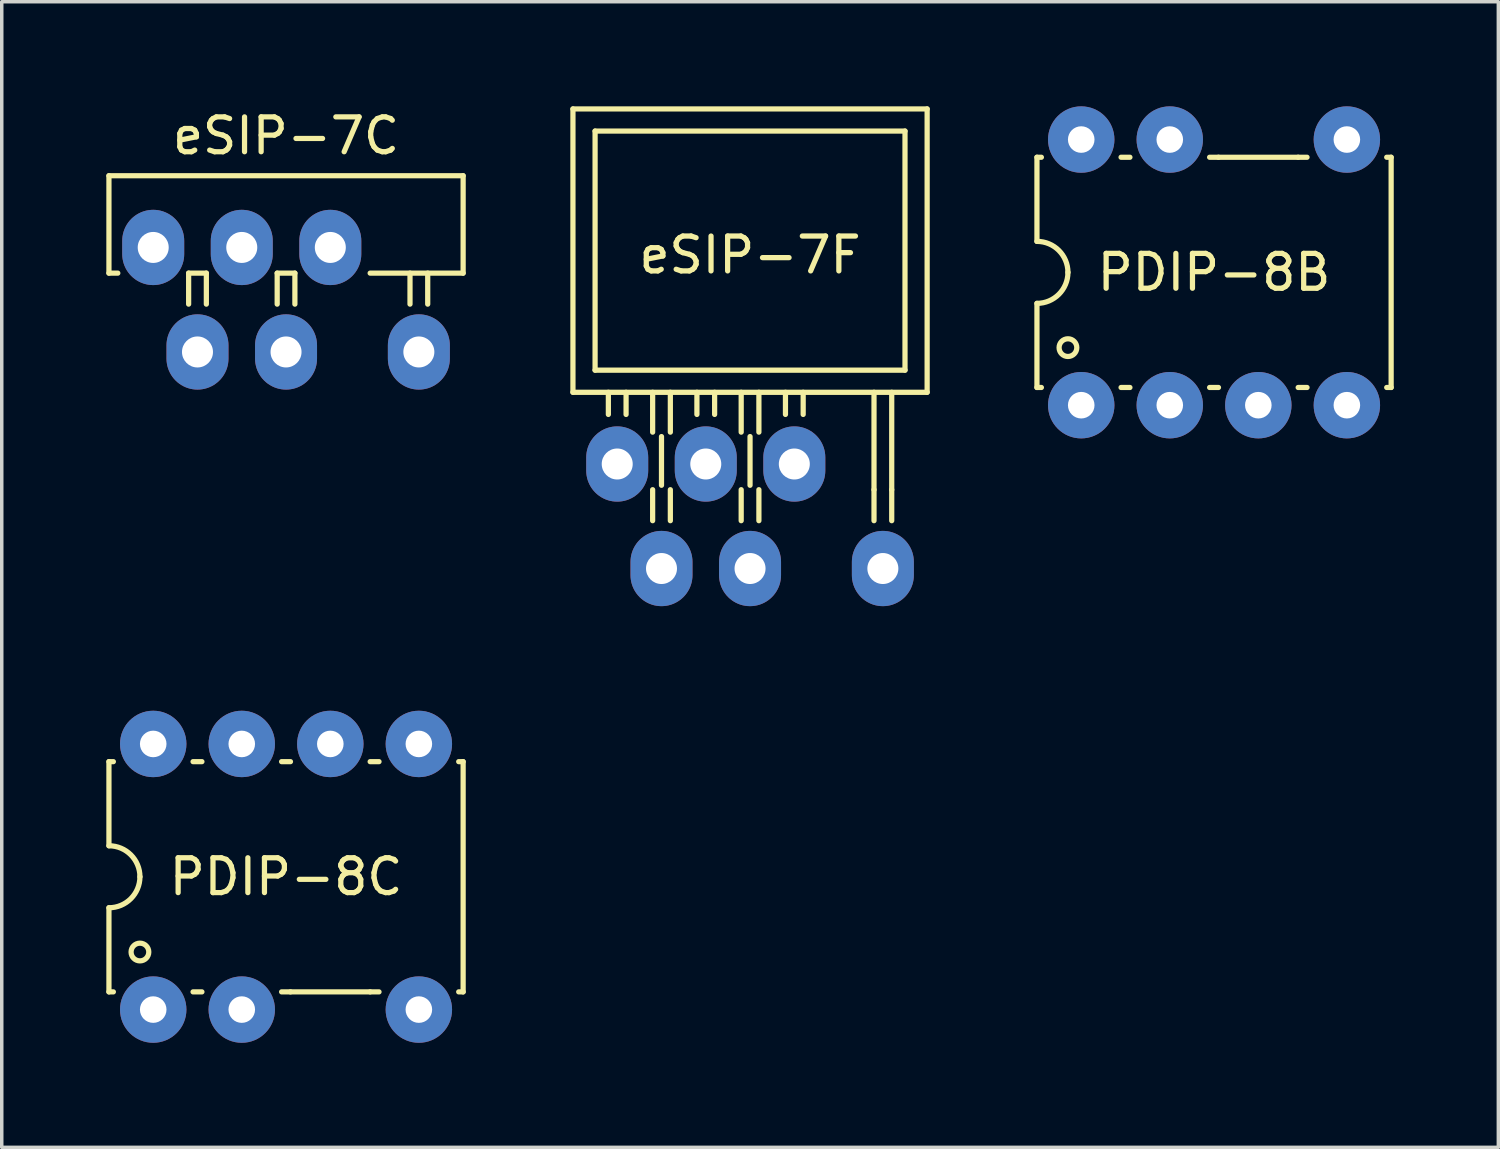
<source format=kicad_pcb>
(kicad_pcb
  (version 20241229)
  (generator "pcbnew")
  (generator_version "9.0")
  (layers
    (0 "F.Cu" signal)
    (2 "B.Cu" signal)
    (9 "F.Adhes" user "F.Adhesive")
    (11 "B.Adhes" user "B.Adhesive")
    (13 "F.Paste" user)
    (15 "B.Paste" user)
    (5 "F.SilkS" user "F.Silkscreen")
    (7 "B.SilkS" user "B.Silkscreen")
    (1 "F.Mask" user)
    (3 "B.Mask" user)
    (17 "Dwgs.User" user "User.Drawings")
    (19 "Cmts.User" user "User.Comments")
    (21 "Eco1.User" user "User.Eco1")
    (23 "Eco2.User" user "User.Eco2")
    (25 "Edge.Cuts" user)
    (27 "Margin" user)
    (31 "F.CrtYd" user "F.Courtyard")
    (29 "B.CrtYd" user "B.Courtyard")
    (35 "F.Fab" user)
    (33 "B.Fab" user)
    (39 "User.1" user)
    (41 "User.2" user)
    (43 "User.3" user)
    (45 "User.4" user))
  (footprint "PDIP-8C"
    (layer "F.Cu")
    (at 5.155 22.1)
    (property "Reference" "PDIP-8C" (at 0 0 0) (layer "F.SilkS") (effects (font (size 1 1) (thickness 0.15))))
    (attr through_hole)
    (fp_line (start -5.08 -3.302) (end -4.953 -3.302) (stroke (width 0.15) (type solid)) (layer "F.SilkS"))
    (fp_line (start -5.08 -0.889) (end -5.08 -3.302) (stroke (width 0.15) (type solid)) (layer "F.SilkS"))
    (fp_line (start -5.08 0.889) (end -5.08 3.302) (stroke (width 0.15) (type solid)) (layer "F.SilkS"))
    (fp_line (start -5.08 3.302) (end -4.953 3.302) (stroke (width 0.15) (type solid)) (layer "F.SilkS"))
    (fp_line (start -2.667 -3.302) (end -2.413 -3.302) (stroke (width 0.15) (type solid)) (layer "F.SilkS"))
    (fp_line (start -2.667 3.302) (end -2.413 3.302) (stroke (width 0.15) (type solid)) (layer "F.SilkS"))
    (fp_line (start -0.127 -3.302) (end 0.127 -3.302) (stroke (width 0.15) (type solid)) (layer "F.SilkS"))
    (fp_line (start -0.127 3.302) (end 0.127 3.302) (stroke (width 0.15) (type solid)) (layer "F.SilkS"))
    (fp_line (start 0.127 3.302) (end 2.413 3.302) (stroke (width 0.15) (type solid)) (layer "F.SilkS"))
    (fp_line (start 2.413 -3.302) (end 2.667 -3.302) (stroke (width 0.15) (type solid)) (layer "F.SilkS"))
    (fp_line (start 2.413 3.302) (end 2.667 3.302) (stroke (width 0.15) (type solid)) (layer "F.SilkS"))
    (fp_line (start 5.08 -3.302) (end 4.953 -3.302) (stroke (width 0.15) (type solid)) (layer "F.SilkS"))
    (fp_line (start 5.08 3.302) (end 4.953 3.302) (stroke (width 0.15) (type solid)) (layer "F.SilkS"))
    (fp_line (start 5.08 3.302) (end 5.08 -3.302) (stroke (width 0.15) (type solid)) (layer "F.SilkS"))
    (fp_arc (start -5.08 -0.889) (mid -4.451382 -0.628618) (end -4.191 0) (stroke (width 0.15) (type solid)) (layer "F.SilkS"))
    (fp_arc (start -4.191 0) (mid -4.451382 0.628618) (end -5.08 0.889) (stroke (width 0.15) (type solid)) (layer "F.SilkS"))
    (fp_circle (center -4.191 2.159) (end -3.937 2.159) (stroke (width 0.15) (type solid)) (fill no) (layer "F.SilkS"))
    (pad "1" thru_hole circle (at -3.81 3.81) (size 1.905 1.905) (drill 0.762) (layers "*.Cu" "*.Mask"))
    (pad "2" thru_hole circle (at -1.27 3.81) (size 1.905 1.905) (drill 0.762) (layers "*.Cu" "*.Mask"))
    (pad "4" thru_hole circle (at 3.81 3.81) (size 1.905 1.905) (drill 0.762) (layers "*.Cu" "*.Mask"))
    (pad "5" thru_hole circle (at 3.81 -3.81) (size 1.905 1.905) (drill 0.762) (layers "*.Cu" "*.Mask"))
    (pad "6" thru_hole circle (at 1.27 -3.81) (size 1.905 1.905) (drill 0.762) (layers "*.Cu" "*.Mask"))
    (pad "7" thru_hole circle (at -1.27 -3.81) (size 1.905 1.905) (drill 0.762) (layers "*.Cu" "*.Mask"))
    (pad "8" thru_hole circle (at -3.81 -3.81) (size 1.905 1.905) (drill 0.762) (layers "*.Cu" "*.Mask")))
  (footprint "eSIP-7C"
    (layer "F.Cu")
    (at 5.155 5.547)
    (property "Reference" "eSIP-7C" (at 0 -4.699 0) (layer "F.SilkS") (effects (font (size 1 1) (thickness 0.15))))
    (attr through_hole)
    (fp_line (start -5.08 -3.556) (end 5.08 -3.556) (stroke (width 0.15) (type solid)) (layer "F.SilkS"))
    (fp_line (start -5.08 -0.762) (end -5.08 -3.556) (stroke (width 0.15) (type solid)) (layer "F.SilkS"))
    (fp_line (start -4.826 -0.762) (end -5.08 -0.762) (stroke (width 0.15) (type solid)) (layer "F.SilkS"))
    (fp_line (start -2.794 0.127) (end -2.794 -0.762) (stroke (width 0.15) (type solid)) (layer "F.SilkS"))
    (fp_line (start -2.286 -0.762) (end -2.794 -0.762) (stroke (width 0.15) (type solid)) (layer "F.SilkS"))
    (fp_line (start -2.286 -0.762) (end -2.286 0.127) (stroke (width 0.15) (type solid)) (layer "F.SilkS"))
    (fp_line (start -0.254 -0.762) (end -0.254 0.127) (stroke (width 0.15) (type solid)) (layer "F.SilkS"))
    (fp_line (start 0.254 -0.762) (end -0.254 -0.762) (stroke (width 0.15) (type solid)) (layer "F.SilkS"))
    (fp_line (start 0.254 -0.762) (end 0.254 0.127) (stroke (width 0.15) (type solid)) (layer "F.SilkS"))
    (fp_line (start 3.556 0.127) (end 3.556 -0.762) (stroke (width 0.15) (type solid)) (layer "F.SilkS"))
    (fp_line (start 4.064 0.127) (end 4.064 -0.762) (stroke (width 0.15) (type solid)) (layer "F.SilkS"))
    (fp_line (start 5.08 -0.762) (end 2.413 -0.762) (stroke (width 0.15) (type solid)) (layer "F.SilkS"))
    (fp_line (start 5.08 -0.762) (end 5.08 -3.556) (stroke (width 0.15) (type solid)) (layer "F.SilkS"))
    (pad "1" thru_hole oval (at -3.81 -1.499) (size 1.778 2.159) (drill 0.889) (layers "*.Cu" "*.Mask"))
    (pad "2" thru_hole oval (at -2.54 1.499) (size 1.778 2.159) (drill 0.889) (layers "*.Cu" "*.Mask"))
    (pad "3" thru_hole oval (at -1.27 -1.499) (size 1.778 2.159) (drill 0.889) (layers "*.Cu" "*.Mask"))
    (pad "4" thru_hole oval (at 0 1.499) (size 1.778 2.159) (drill 0.889) (layers "*.Cu" "*.Mask"))
    (pad "5" thru_hole oval (at 1.27 -1.499) (size 1.778 2.159) (drill 0.889) (layers "*.Cu" "*.Mask"))
    (pad "7" thru_hole oval (at 3.81 1.499) (size 1.778 2.159) (drill 0.889) (layers "*.Cu" "*.Mask")))
  (footprint "PDIP-8B"
    (layer "F.Cu")
    (at 31.775 4.763)
    (property "Reference" "PDIP-8B" (at 0 0 0) (layer "F.SilkS") (effects (font (size 1 1) (thickness 0.15))))
    (attr through_hole)
    (fp_line (start -5.08 -3.302) (end -4.953 -3.302) (stroke (width 0.15) (type solid)) (layer "F.SilkS"))
    (fp_line (start -5.08 -0.889) (end -5.08 -3.302) (stroke (width 0.15) (type solid)) (layer "F.SilkS"))
    (fp_line (start -5.08 0.889) (end -5.08 3.302) (stroke (width 0.15) (type solid)) (layer "F.SilkS"))
    (fp_line (start -5.08 3.302) (end -4.953 3.302) (stroke (width 0.15) (type solid)) (layer "F.SilkS"))
    (fp_line (start -2.667 -3.302) (end -2.413 -3.302) (stroke (width 0.15) (type solid)) (layer "F.SilkS"))
    (fp_line (start -2.667 3.302) (end -2.413 3.302) (stroke (width 0.15) (type solid)) (layer "F.SilkS"))
    (fp_line (start -0.127 -3.302) (end 0.127 -3.302) (stroke (width 0.15) (type solid)) (layer "F.SilkS"))
    (fp_line (start -0.127 3.302) (end 0.127 3.302) (stroke (width 0.15) (type solid)) (layer "F.SilkS"))
    (fp_line (start 2.413 -3.302) (end 0.127 -3.302) (stroke (width 0.15) (type solid)) (layer "F.SilkS"))
    (fp_line (start 2.413 -3.302) (end 2.667 -3.302) (stroke (width 0.15) (type solid)) (layer "F.SilkS"))
    (fp_line (start 2.413 3.302) (end 2.667 3.302) (stroke (width 0.15) (type solid)) (layer "F.SilkS"))
    (fp_line (start 5.08 -3.302) (end 4.953 -3.302) (stroke (width 0.15) (type solid)) (layer "F.SilkS"))
    (fp_line (start 5.08 3.302) (end 4.953 3.302) (stroke (width 0.15) (type solid)) (layer "F.SilkS"))
    (fp_line (start 5.08 3.302) (end 5.08 -3.302) (stroke (width 0.15) (type solid)) (layer "F.SilkS"))
    (fp_arc (start -5.08 -0.889) (mid -4.451382 -0.628618) (end -4.191 0) (stroke (width 0.15) (type solid)) (layer "F.SilkS"))
    (fp_arc (start -4.191 0) (mid -4.451382 0.628618) (end -5.08 0.889) (stroke (width 0.15) (type solid)) (layer "F.SilkS"))
    (fp_circle (center -4.191 2.159) (end -3.937 2.159) (stroke (width 0.15) (type solid)) (fill no) (layer "F.SilkS"))
    (pad "1" thru_hole circle (at -3.81 3.81) (size 1.905 1.905) (drill 0.762) (layers "*.Cu" "*.Mask"))
    (pad "2" thru_hole circle (at -1.27 3.81) (size 1.905 1.905) (drill 0.762) (layers "*.Cu" "*.Mask"))
    (pad "3" thru_hole circle (at 1.27 3.81) (size 1.905 1.905) (drill 0.762) (layers "*.Cu" "*.Mask"))
    (pad "4" thru_hole circle (at 3.81 3.81) (size 1.905 1.905) (drill 0.762) (layers "*.Cu" "*.Mask"))
    (pad "5" thru_hole circle (at 3.81 -3.81) (size 1.905 1.905) (drill 0.762) (layers "*.Cu" "*.Mask"))
    (pad "7" thru_hole circle (at -1.27 -3.81) (size 1.905 1.905) (drill 0.762) (layers "*.Cu" "*.Mask"))
    (pad "8" thru_hole circle (at -3.81 -3.81) (size 1.905 1.905) (drill 0.762) (layers "*.Cu" "*.Mask")))
  (footprint "eSIP-7F"
    (layer "F.Cu")
    (at 18.465 11.759)
    (property "Reference" "eSIP-7F" (at 0 -7.493 0) (layer "F.SilkS") (effects (font (size 1 1) (thickness 0.15))))
    (attr through_hole)
    (fp_line (start -5.08 -11.684) (end -5.08 -3.556) (stroke (width 0.15) (type solid)) (layer "F.SilkS"))
    (fp_line (start -5.08 -3.556) (end 5.08 -3.556) (stroke (width 0.15) (type solid)) (layer "F.SilkS"))
    (fp_line (start -4.445 -11.049) (end -4.445 -4.191) (stroke (width 0.15) (type solid)) (layer "F.SilkS"))
    (fp_line (start -4.445 -4.191) (end 4.445 -4.191) (stroke (width 0.15) (type solid)) (layer "F.SilkS"))
    (fp_line (start -4.064 -2.921) (end -4.064 -3.556) (stroke (width 0.15) (type solid)) (layer "F.SilkS"))
    (fp_line (start -3.556 -2.921) (end -3.556 -3.556) (stroke (width 0.15) (type solid)) (layer "F.SilkS"))
    (fp_line (start -2.794 -2.413) (end -2.794 -3.556) (stroke (width 0.15) (type solid)) (layer "F.SilkS"))
    (fp_line (start -2.794 0.127) (end -2.794 -0.762) (stroke (width 0.15) (type solid)) (layer "F.SilkS"))
    (fp_line (start -2.54 -0.889) (end -2.54 -2.286) (stroke (width 0.15) (type solid)) (layer "F.SilkS"))
    (fp_line (start -2.286 -2.413) (end -2.286 -3.556) (stroke (width 0.15) (type solid)) (layer "F.SilkS"))
    (fp_line (start -2.286 -0.762) (end -2.286 0.127) (stroke (width 0.15) (type solid)) (layer "F.SilkS"))
    (fp_line (start -1.524 -2.921) (end -1.524 -3.556) (stroke (width 0.15) (type solid)) (layer "F.SilkS"))
    (fp_line (start -1.016 -2.921) (end -1.016 -3.556) (stroke (width 0.15) (type solid)) (layer "F.SilkS"))
    (fp_line (start -0.254 -2.413) (end -0.254 -3.556) (stroke (width 0.15) (type solid)) (layer "F.SilkS"))
    (fp_line (start -0.254 -0.762) (end -0.254 0.127) (stroke (width 0.15) (type solid)) (layer "F.SilkS"))
    (fp_line (start 0 -0.889) (end 0 -2.286) (stroke (width 0.15) (type solid)) (layer "F.SilkS"))
    (fp_line (start 0.254 -2.413) (end 0.254 -3.556) (stroke (width 0.15) (type solid)) (layer "F.SilkS"))
    (fp_line (start 0.254 -0.762) (end 0.254 0.127) (stroke (width 0.15) (type solid)) (layer "F.SilkS"))
    (fp_line (start 1.016 -2.921) (end 1.016 -3.556) (stroke (width 0.15) (type solid)) (layer "F.SilkS"))
    (fp_line (start 1.524 -2.921) (end 1.524 -3.556) (stroke (width 0.15) (type solid)) (layer "F.SilkS"))
    (fp_line (start 3.556 -0.762) (end 3.556 -3.556) (stroke (width 0.15) (type solid)) (layer "F.SilkS"))
    (fp_line (start 3.556 0.127) (end 3.556 -0.762) (stroke (width 0.15) (type solid)) (layer "F.SilkS"))
    (fp_line (start 4.064 -0.762) (end 4.064 -3.556) (stroke (width 0.15) (type solid)) (layer "F.SilkS"))
    (fp_line (start 4.064 0.127) (end 4.064 -0.762) (stroke (width 0.15) (type solid)) (layer "F.SilkS"))
    (fp_line (start 4.445 -11.049) (end -4.445 -11.049) (stroke (width 0.15) (type solid)) (layer "F.SilkS"))
    (fp_line (start 4.445 -4.191) (end 4.445 -11.049) (stroke (width 0.15) (type solid)) (layer "F.SilkS"))
    (fp_line (start 5.08 -11.684) (end -5.08 -11.684) (stroke (width 0.15) (type solid)) (layer "F.SilkS"))
    (fp_line (start 5.08 -3.556) (end 5.08 -11.684) (stroke (width 0.15) (type solid)) (layer "F.SilkS"))
    (pad "1" thru_hole oval (at -3.81 -1.499) (size 1.778 2.159) (drill 0.889) (layers "*.Cu" "*.Mask"))
    (pad "2" thru_hole oval (at -2.54 1.499) (size 1.778 2.159) (drill 0.889) (layers "*.Cu" "*.Mask"))
    (pad "3" thru_hole oval (at -1.27 -1.499) (size 1.778 2.159) (drill 0.889) (layers "*.Cu" "*.Mask"))
    (pad "4" thru_hole oval (at 0 1.499) (size 1.778 2.159) (drill 0.889) (layers "*.Cu" "*.Mask"))
    (pad "5" thru_hole oval (at 1.27 -1.499) (size 1.778 2.159) (drill 0.889) (layers "*.Cu" "*.Mask"))
    (pad "7" thru_hole oval (at 3.81 1.499) (size 1.778 2.159) (drill 0.889) (layers "*.Cu" "*.Mask")))
  (gr_rect
    (start -3 -3)
    (end 39.93 29.862)
    (stroke (width 0.1) (type default))
    (fill no)
    (layer "Edge.Cuts")))
</source>
